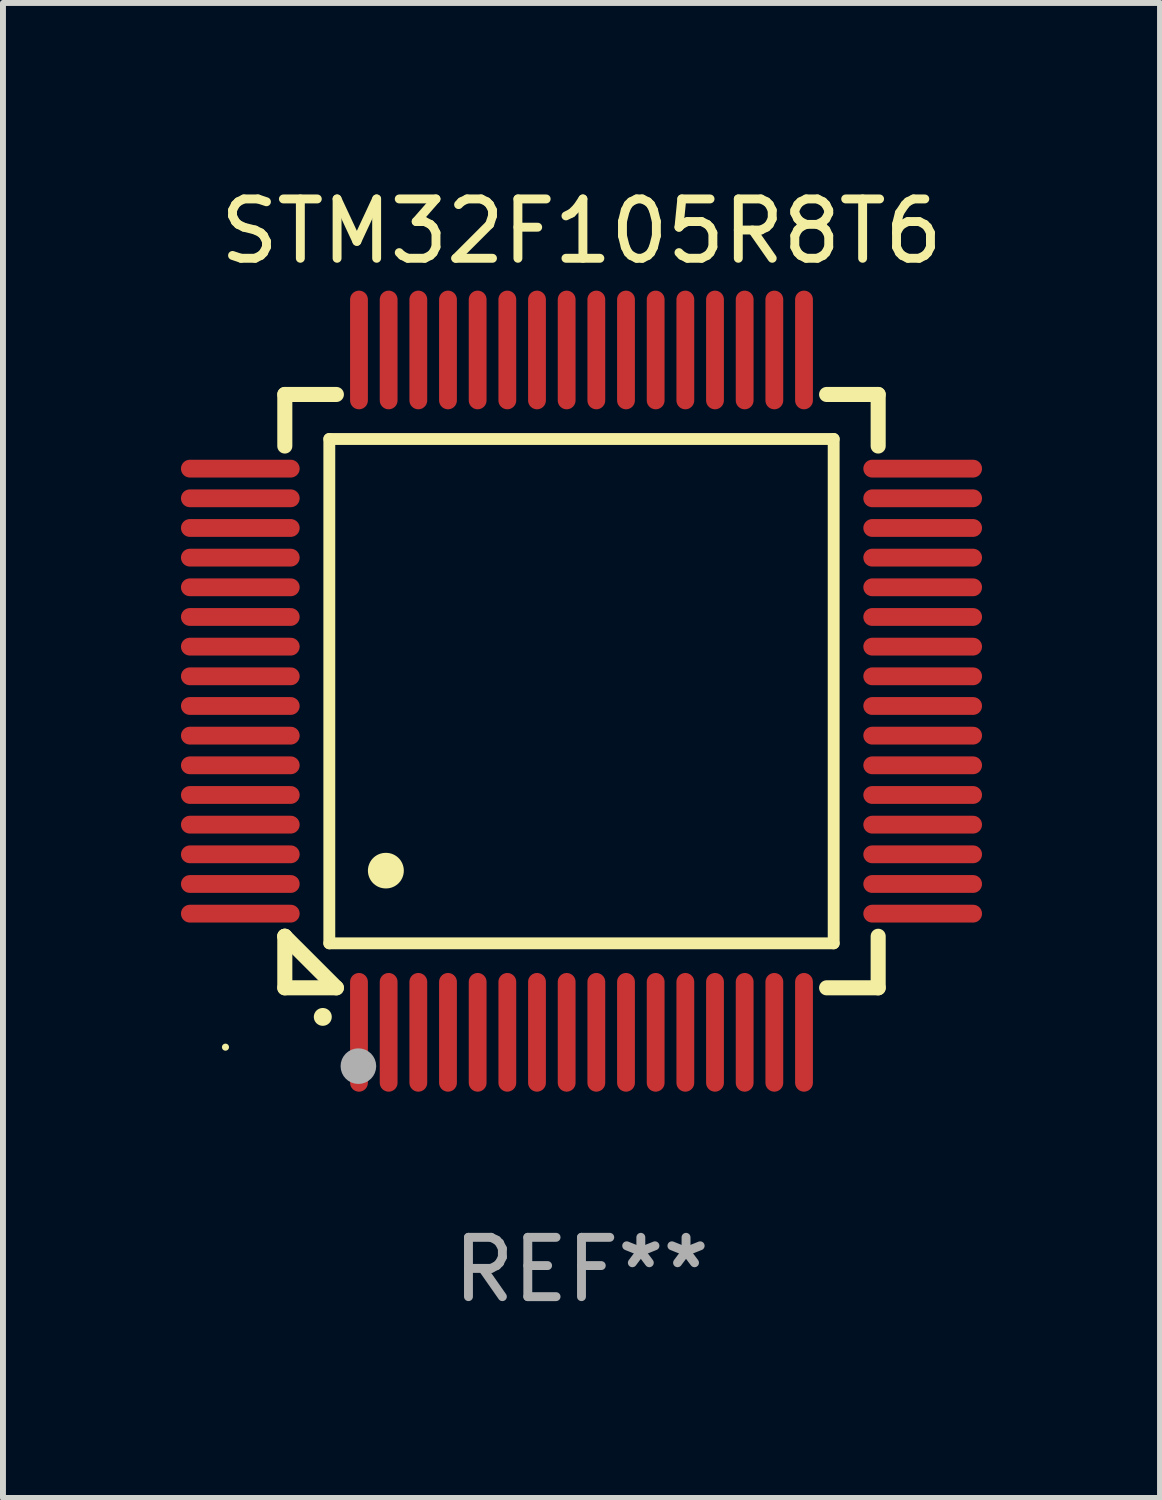
<source format=kicad_pcb>
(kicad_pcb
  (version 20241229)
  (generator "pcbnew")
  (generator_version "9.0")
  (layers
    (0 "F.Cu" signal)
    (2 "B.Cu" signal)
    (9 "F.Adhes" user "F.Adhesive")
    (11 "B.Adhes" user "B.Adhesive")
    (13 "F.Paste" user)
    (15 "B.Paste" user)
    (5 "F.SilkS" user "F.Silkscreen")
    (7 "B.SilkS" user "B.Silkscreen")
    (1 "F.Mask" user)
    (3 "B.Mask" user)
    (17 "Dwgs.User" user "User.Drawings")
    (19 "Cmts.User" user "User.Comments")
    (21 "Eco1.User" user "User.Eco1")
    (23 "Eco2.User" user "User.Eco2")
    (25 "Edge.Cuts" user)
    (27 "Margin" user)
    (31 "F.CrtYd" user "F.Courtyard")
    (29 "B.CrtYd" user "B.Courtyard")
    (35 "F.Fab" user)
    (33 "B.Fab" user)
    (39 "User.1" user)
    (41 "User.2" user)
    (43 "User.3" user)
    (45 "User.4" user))
  (footprint "STM32F105R8T6"
    (layer "F.Cu")
    (at 6.75 8.598)
    (property "Reference" "STM32F105R8T6" (at 0 -7.75 0) (layer "F.SilkS") (effects (font (size 1 1) (thickness 0.15))))
    (attr through_hole)
    (fp_line (start -5 -5) (end -4.131 -5) (stroke (width 0.254) (type solid)) (layer "F.SilkS"))
    (fp_line (start -5 -4.131) (end -5 -5) (stroke (width 0.254) (type solid)) (layer "F.SilkS"))
    (fp_line (start -5 4.131) (end -5 4.131) (stroke (width 0.254) (type solid)) (layer "F.SilkS"))
    (fp_line (start -5 5) (end -5 4.131) (stroke (width 0.254) (type solid)) (layer "F.SilkS"))
    (fp_line (start -5 4.131) (end -4.131 5) (stroke (width 0.254) (type solid)) (layer "F.SilkS"))
    (fp_line (start -4.25 -4.25) (end -4.25 4.25) (stroke (width 0.2) (type solid)) (layer "F.SilkS"))
    (fp_line (start -4.25 4.25) (end 4.25 4.25) (stroke (width 0.2) (type solid)) (layer "F.SilkS"))
    (fp_line (start -4.131 5) (end -5 5) (stroke (width 0.254) (type solid)) (layer "F.SilkS"))
    (fp_line (start 4.25 -4.25) (end -4.25 -4.25) (stroke (width 0.2) (type solid)) (layer "F.SilkS"))
    (fp_line (start 4.25 4.25) (end 4.25 -4.25) (stroke (width 0.2) (type solid)) (layer "F.SilkS"))
    (fp_line (start 5 -5) (end 4.131 -5) (stroke (width 0.254) (type solid)) (layer "F.SilkS"))
    (fp_line (start 5 -5) (end 5 -4.131) (stroke (width 0.254) (type solid)) (layer "F.SilkS"))
    (fp_line (start 5 4.131) (end 5 5) (stroke (width 0.254) (type solid)) (layer "F.SilkS"))
    (fp_line (start 5 5) (end 4.131 5) (stroke (width 0.254) (type solid)) (layer "F.SilkS"))
    (fp_arc (start -4.361265 5.489992) (mid -4.359995 5.489987) (end -4.358725 5.489992) (stroke (width 0.3) (type solid)) (layer "F.SilkS"))
    (fp_arc (start -3.299467 3.025146) (mid -3.296927 3.025135) (end -3.294387 3.025146) (stroke (width 0.6) (type solid)) (layer "F.SilkS"))
    (fp_circle (center -6 6) (end -5.97 6) (stroke (width 0.06) (type solid)) (fill no) (layer "F.SilkS"))
    (fp_circle (center -3.76 6.32) (end -3.61 6.32) (stroke (width 0.3) (type solid)) (fill no) (layer "F.Fab"))
    (fp_text user "REF**" (at 0 9.75 0) (layer "F.Fab") (effects (font (size 1 1) (thickness 0.15))))
    (pad "1" smd oval (at -3.75 5.75) (size 0.3 2) (layers "F.Cu" "F.Mask" "F.Paste"))
    (pad "2" smd oval (at -3.25 5.75) (size 0.3 2) (layers "F.Cu" "F.Mask" "F.Paste"))
    (pad "3" smd oval (at -2.75 5.75) (size 0.3 2) (layers "F.Cu" "F.Mask" "F.Paste"))
    (pad "4" smd oval (at -2.25 5.75) (size 0.3 2) (layers "F.Cu" "F.Mask" "F.Paste"))
    (pad "5" smd oval (at -1.75 5.75) (size 0.3 2) (layers "F.Cu" "F.Mask" "F.Paste"))
    (pad "6" smd oval (at -1.25 5.75) (size 0.3 2) (layers "F.Cu" "F.Mask" "F.Paste"))
    (pad "7" smd oval (at -0.75 5.75) (size 0.3 2) (layers "F.Cu" "F.Mask" "F.Paste"))
    (pad "8" smd oval (at -0.25 5.75) (size 0.3 2) (layers "F.Cu" "F.Mask" "F.Paste"))
    (pad "9" smd oval (at 0.25 5.75) (size 0.3 2) (layers "F.Cu" "F.Mask" "F.Paste"))
    (pad "10" smd oval (at 0.75 5.75) (size 0.3 2) (layers "F.Cu" "F.Mask" "F.Paste"))
    (pad "11" smd oval (at 1.25 5.75) (size 0.3 2) (layers "F.Cu" "F.Mask" "F.Paste"))
    (pad "12" smd oval (at 1.75 5.75) (size 0.3 2) (layers "F.Cu" "F.Mask" "F.Paste"))
    (pad "13" smd oval (at 2.25 5.75) (size 0.3 2) (layers "F.Cu" "F.Mask" "F.Paste"))
    (pad "14" smd oval (at 2.75 5.75) (size 0.3 2) (layers "F.Cu" "F.Mask" "F.Paste"))
    (pad "15" smd oval (at 3.25 5.75) (size 0.3 2) (layers "F.Cu" "F.Mask" "F.Paste"))
    (pad "16" smd oval (at 3.75 5.75) (size 0.3 2) (layers "F.Cu" "F.Mask" "F.Paste"))
    (pad "17" smd oval (at 5.75 3.75) (size 2 0.3) (layers "F.Cu" "F.Mask" "F.Paste"))
    (pad "18" smd oval (at 5.75 3.25) (size 2 0.3) (layers "F.Cu" "F.Mask" "F.Paste"))
    (pad "19" smd oval (at 5.75 2.75) (size 2 0.3) (layers "F.Cu" "F.Mask" "F.Paste"))
    (pad "20" smd oval (at 5.75 2.25) (size 2 0.3) (layers "F.Cu" "F.Mask" "F.Paste"))
    (pad "21" smd oval (at 5.75 1.75) (size 2 0.3) (layers "F.Cu" "F.Mask" "F.Paste"))
    (pad "22" smd oval (at 5.75 1.25) (size 2 0.3) (layers "F.Cu" "F.Mask" "F.Paste"))
    (pad "23" smd oval (at 5.75 0.75) (size 2 0.3) (layers "F.Cu" "F.Mask" "F.Paste"))
    (pad "24" smd oval (at 5.75 0.25) (size 2 0.3) (layers "F.Cu" "F.Mask" "F.Paste"))
    (pad "25" smd oval (at 5.75 -0.25) (size 2 0.3) (layers "F.Cu" "F.Mask" "F.Paste"))
    (pad "26" smd oval (at 5.75 -0.75) (size 2 0.3) (layers "F.Cu" "F.Mask" "F.Paste"))
    (pad "27" smd oval (at 5.75 -1.25) (size 2 0.3) (layers "F.Cu" "F.Mask" "F.Paste"))
    (pad "28" smd oval (at 5.75 -1.75) (size 2 0.3) (layers "F.Cu" "F.Mask" "F.Paste"))
    (pad "29" smd oval (at 5.75 -2.25) (size 2 0.3) (layers "F.Cu" "F.Mask" "F.Paste"))
    (pad "30" smd oval (at 5.75 -2.75) (size 2 0.3) (layers "F.Cu" "F.Mask" "F.Paste"))
    (pad "31" smd oval (at 5.75 -3.25) (size 2 0.3) (layers "F.Cu" "F.Mask" "F.Paste"))
    (pad "32" smd oval (at 5.75 -3.75) (size 2 0.3) (layers "F.Cu" "F.Mask" "F.Paste"))
    (pad "33" smd oval (at 3.75 -5.75) (size 0.3 2) (layers "F.Cu" "F.Mask" "F.Paste"))
    (pad "34" smd oval (at 3.25 -5.75) (size 0.3 2) (layers "F.Cu" "F.Mask" "F.Paste"))
    (pad "35" smd oval (at 2.75 -5.75) (size 0.3 2) (layers "F.Cu" "F.Mask" "F.Paste"))
    (pad "36" smd oval (at 2.25 -5.75) (size 0.3 2) (layers "F.Cu" "F.Mask" "F.Paste"))
    (pad "37" smd oval (at 1.75 -5.75) (size 0.3 2) (layers "F.Cu" "F.Mask" "F.Paste"))
    (pad "38" smd oval (at 1.25 -5.75) (size 0.3 2) (layers "F.Cu" "F.Mask" "F.Paste"))
    (pad "39" smd oval (at 0.75 -5.75) (size 0.3 2) (layers "F.Cu" "F.Mask" "F.Paste"))
    (pad "40" smd oval (at 0.25 -5.75) (size 0.3 2) (layers "F.Cu" "F.Mask" "F.Paste"))
    (pad "41" smd oval (at -0.25 -5.75) (size 0.3 2) (layers "F.Cu" "F.Mask" "F.Paste"))
    (pad "42" smd oval (at -0.75 -5.75) (size 0.3 2) (layers "F.Cu" "F.Mask" "F.Paste"))
    (pad "43" smd oval (at -1.25 -5.75) (size 0.3 2) (layers "F.Cu" "F.Mask" "F.Paste"))
    (pad "44" smd oval (at -1.75 -5.75) (size 0.3 2) (layers "F.Cu" "F.Mask" "F.Paste"))
    (pad "45" smd oval (at -2.25 -5.75) (size 0.3 2) (layers "F.Cu" "F.Mask" "F.Paste"))
    (pad "46" smd oval (at -2.75 -5.75) (size 0.3 2) (layers "F.Cu" "F.Mask" "F.Paste"))
    (pad "47" smd oval (at -3.25 -5.75) (size 0.3 2) (layers "F.Cu" "F.Mask" "F.Paste"))
    (pad "48" smd oval (at -3.75 -5.75) (size 0.3 2) (layers "F.Cu" "F.Mask" "F.Paste"))
    (pad "49" smd oval (at -5.75 -3.75) (size 2 0.3) (layers "F.Cu" "F.Mask" "F.Paste"))
    (pad "50" smd oval (at -5.75 -3.25) (size 2 0.3) (layers "F.Cu" "F.Mask" "F.Paste"))
    (pad "51" smd oval (at -5.75 -2.75) (size 2 0.3) (layers "F.Cu" "F.Mask" "F.Paste"))
    (pad "52" smd oval (at -5.75 -2.25) (size 2 0.3) (layers "F.Cu" "F.Mask" "F.Paste"))
    (pad "53" smd oval (at -5.75 -1.75) (size 2 0.3) (layers "F.Cu" "F.Mask" "F.Paste"))
    (pad "54" smd oval (at -5.75 -1.25) (size 2 0.3) (layers "F.Cu" "F.Mask" "F.Paste"))
    (pad "55" smd oval (at -5.75 -0.75) (size 2 0.3) (layers "F.Cu" "F.Mask" "F.Paste"))
    (pad "56" smd oval (at -5.75 -0.25) (size 2 0.3) (layers "F.Cu" "F.Mask" "F.Paste"))
    (pad "57" smd oval (at -5.75 0.25) (size 2 0.3) (layers "F.Cu" "F.Mask" "F.Paste"))
    (pad "58" smd oval (at -5.75 0.75) (size 2 0.3) (layers "F.Cu" "F.Mask" "F.Paste"))
    (pad "59" smd oval (at -5.75 1.25) (size 2 0.3) (layers "F.Cu" "F.Mask" "F.Paste"))
    (pad "60" smd oval (at -5.75 1.75) (size 2 0.3) (layers "F.Cu" "F.Mask" "F.Paste"))
    (pad "61" smd oval (at -5.75 2.25) (size 2 0.3) (layers "F.Cu" "F.Mask" "F.Paste"))
    (pad "62" smd oval (at -5.75 2.75) (size 2 0.3) (layers "F.Cu" "F.Mask" "F.Paste"))
    (pad "63" smd oval (at -5.75 3.25) (size 2 0.3) (layers "F.Cu" "F.Mask" "F.Paste"))
    (pad "64" smd oval (at -5.75 3.75) (size 2 0.3) (layers "F.Cu" "F.Mask" "F.Paste")))
  (gr_rect
    (start -3 -3)
    (end 16.5 22.196)
    (stroke (width 0.1) (type default))
    (fill no)
    (layer "Edge.Cuts")))
</source>
